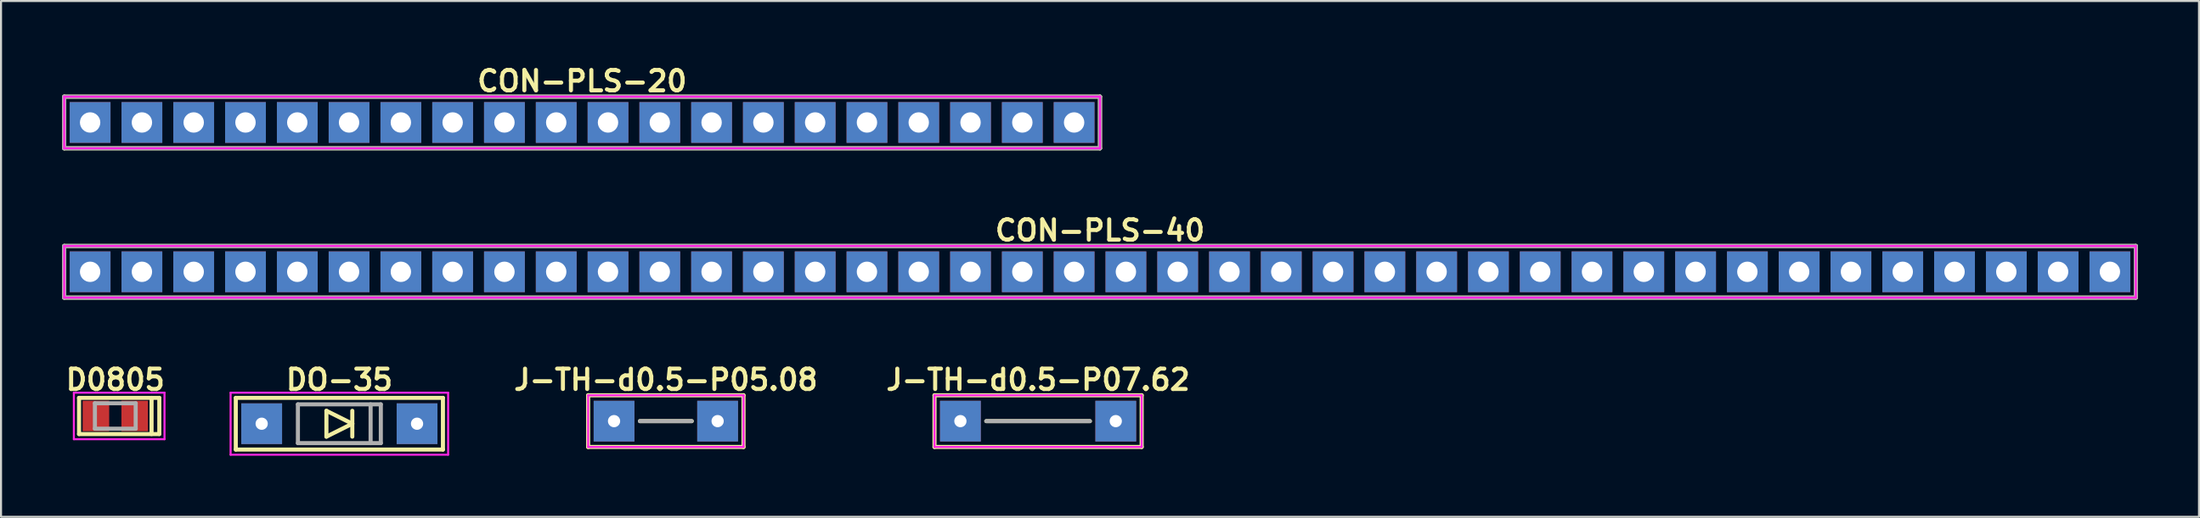
<source format=kicad_pcb>
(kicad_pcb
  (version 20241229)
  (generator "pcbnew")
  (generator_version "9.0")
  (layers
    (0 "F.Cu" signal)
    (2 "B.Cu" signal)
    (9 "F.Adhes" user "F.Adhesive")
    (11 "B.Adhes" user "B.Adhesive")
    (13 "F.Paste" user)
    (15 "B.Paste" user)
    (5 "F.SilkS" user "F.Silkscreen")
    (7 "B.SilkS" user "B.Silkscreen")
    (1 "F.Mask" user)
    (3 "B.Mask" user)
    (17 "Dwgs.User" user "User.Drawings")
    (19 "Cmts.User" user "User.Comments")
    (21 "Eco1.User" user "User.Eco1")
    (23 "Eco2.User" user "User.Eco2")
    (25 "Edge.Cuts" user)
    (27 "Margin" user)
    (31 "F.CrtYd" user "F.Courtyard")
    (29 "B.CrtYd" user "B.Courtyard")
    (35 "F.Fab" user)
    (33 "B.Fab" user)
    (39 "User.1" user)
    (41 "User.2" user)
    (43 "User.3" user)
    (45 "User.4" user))
  (footprint "CON-PLS-40"
    (layer "F.Cu")
    (at 50.9 10.306)
    (property "Reference" "CON-PLS-40" (at 0 -2.032 0) (layer "F.SilkS") (effects (font (size 1 1) (thickness 0.2))))
    (attr through_hole)
    (fp_line (start -50.8 -1.27) (end -50.8 1.27) (stroke (width 0.2) (type solid)) (layer "F.SilkS"))
    (fp_line (start -50.8 -1.27) (end 50.8 -1.27) (stroke (width 0.2) (type solid)) (layer "F.SilkS"))
    (fp_line (start -50.8 1.27) (end 50.8 1.27) (stroke (width 0.2) (type solid)) (layer "F.SilkS"))
    (fp_line (start 50.8 -1.27) (end 50.8 1.27) (stroke (width 0.2) (type solid)) (layer "F.SilkS"))
    (fp_line (start -50.8 -1.27) (end -50.8 1.27) (stroke (width 0.1) (type solid)) (layer "F.CrtYd"))
    (fp_line (start -50.8 -1.27) (end 50.8 -1.27) (stroke (width 0.1) (type solid)) (layer "F.CrtYd"))
    (fp_line (start -50.8 1.27) (end 50.8 1.27) (stroke (width 0.1) (type solid)) (layer "F.CrtYd"))
    (fp_line (start 50.8 -1.27) (end 50.8 1.27) (stroke (width 0.1) (type solid)) (layer "F.CrtYd"))
    (fp_line (start -50.8 -1.27) (end -50.8 1.27) (stroke (width 0.2) (type solid)) (layer "F.Fab"))
    (fp_line (start -50.8 -1.27) (end 50.8 -1.27) (stroke (width 0.2) (type solid)) (layer "F.Fab"))
    (fp_line (start -50.8 1.27) (end 50.8 1.27) (stroke (width 0.2) (type solid)) (layer "F.Fab"))
    (fp_line (start 50.8 -1.27) (end 50.8 1.27) (stroke (width 0.2) (type solid)) (layer "F.Fab"))
    (pad "1" thru_hole rect (at -49.53 0) (size 2 2) (drill 1) (layers "B.Cu" "B.Mask"))
    (pad "2" thru_hole rect (at -46.99 0) (size 2 2) (drill 1) (layers "B.Cu" "B.Mask"))
    (pad "3" thru_hole rect (at -44.45 0) (size 2 2) (drill 1) (layers "B.Cu" "B.Mask"))
    (pad "4" thru_hole rect (at -41.91 0) (size 2 2) (drill 1) (layers "B.Cu" "B.Mask"))
    (pad "5" thru_hole rect (at -39.37 0) (size 2 2) (drill 1) (layers "B.Cu" "B.Mask"))
    (pad "6" thru_hole rect (at -36.83 0) (size 2 2) (drill 1) (layers "B.Cu" "B.Mask"))
    (pad "7" thru_hole rect (at -34.29 0) (size 2 2) (drill 1) (layers "B.Cu" "B.Mask"))
    (pad "8" thru_hole rect (at -31.75 0) (size 2 2) (drill 1) (layers "B.Cu" "B.Mask"))
    (pad "9" thru_hole rect (at -29.21 0) (size 2 2) (drill 1) (layers "B.Cu" "B.Mask"))
    (pad "10" thru_hole rect (at -26.67 0) (size 2 2) (drill 1) (layers "B.Cu" "B.Mask"))
    (pad "11" thru_hole rect (at -24.13 0) (size 2 2) (drill 1) (layers "B.Cu" "B.Mask"))
    (pad "12" thru_hole rect (at -21.59 0) (size 2 2) (drill 1) (layers "B.Cu" "B.Mask"))
    (pad "13" thru_hole rect (at -19.05 0) (size 2 2) (drill 1) (layers "B.Cu" "B.Mask"))
    (pad "14" thru_hole rect (at -16.51 0) (size 2 2) (drill 1) (layers "B.Cu" "B.Mask"))
    (pad "15" thru_hole rect (at -13.97 0) (size 2 2) (drill 1) (layers "B.Cu" "B.Mask"))
    (pad "16" thru_hole rect (at -11.43 0) (size 2 2) (drill 1) (layers "B.Cu" "B.Mask"))
    (pad "17" thru_hole rect (at -8.89 0) (size 2 2) (drill 1) (layers "B.Cu" "B.Mask"))
    (pad "18" thru_hole rect (at -6.35 0) (size 2 2) (drill 1) (layers "B.Cu" "B.Mask"))
    (pad "19" thru_hole rect (at -3.81 0) (size 2 2) (drill 1) (layers "B.Cu" "B.Mask"))
    (pad "20" thru_hole rect (at -1.27 0) (size 2 2) (drill 1) (layers "B.Cu" "B.Mask"))
    (pad "21" thru_hole rect (at 1.27 0) (size 2 2) (drill 1) (layers "B.Cu" "B.Mask"))
    (pad "22" thru_hole rect (at 3.81 0) (size 2 2) (drill 1) (layers "B.Cu" "B.Mask"))
    (pad "23" thru_hole rect (at 6.35 0) (size 2 2) (drill 1) (layers "B.Cu" "B.Mask"))
    (pad "24" thru_hole rect (at 8.89 0) (size 2 2) (drill 1) (layers "B.Cu" "B.Mask"))
    (pad "25" thru_hole rect (at 11.43 0) (size 2 2) (drill 1) (layers "B.Cu" "B.Mask"))
    (pad "26" thru_hole rect (at 13.97 0) (size 2 2) (drill 1) (layers "B.Cu" "B.Mask"))
    (pad "27" thru_hole rect (at 16.51 0) (size 2 2) (drill 1) (layers "B.Cu" "B.Mask"))
    (pad "28" thru_hole rect (at 19.05 0) (size 2 2) (drill 1) (layers "B.Cu" "B.Mask"))
    (pad "29" thru_hole rect (at 21.59 0) (size 2 2) (drill 1) (layers "B.Cu" "B.Mask"))
    (pad "30" thru_hole rect (at 24.13 0) (size 2 2) (drill 1) (layers "B.Cu" "B.Mask"))
    (pad "31" thru_hole rect (at 26.67 0) (size 2 2) (drill 1) (layers "B.Cu" "B.Mask"))
    (pad "32" thru_hole rect (at 29.21 0) (size 2 2) (drill 1) (layers "B.Cu" "B.Mask"))
    (pad "33" thru_hole rect (at 31.75 0) (size 2 2) (drill 1) (layers "B.Cu" "B.Mask"))
    (pad "34" thru_hole rect (at 34.29 0) (size 2 2) (drill 1) (layers "B.Cu" "B.Mask"))
    (pad "35" thru_hole rect (at 36.83 0) (size 2 2) (drill 1) (layers "B.Cu" "B.Mask"))
    (pad "36" thru_hole rect (at 39.37 0) (size 2 2) (drill 1) (layers "B.Cu" "B.Mask"))
    (pad "37" thru_hole rect (at 41.91 0) (size 2 2) (drill 1) (layers "B.Cu" "B.Mask"))
    (pad "38" thru_hole rect (at 44.45 0) (size 2 2) (drill 1) (layers "B.Cu" "B.Mask"))
    (pad "39" thru_hole rect (at 46.99 0) (size 2 2) (drill 1) (layers "B.Cu" "B.Mask"))
    (pad "40" thru_hole rect (at 49.53 0) (size 2 2) (drill 1) (layers "B.Cu" "B.Mask")))
  (footprint "J-TH-d0.5-P07.62"
    (layer "F.Cu")
    (at 47.863 17.644)
    (property "Reference" "J-TH-d0.5-P07.62" (at 0 -2.032 0) (layer "F.SilkS") (effects (font (size 1 1) (thickness 0.2))))
    (attr through_hole)
    (fp_line (start -5.08 -1.27) (end -5.08 1.27) (stroke (width 0.2) (type solid)) (layer "F.SilkS"))
    (fp_line (start -5.08 -1.27) (end 5.08 -1.27) (stroke (width 0.2) (type solid)) (layer "F.SilkS"))
    (fp_line (start -5.08 1.27) (end 5.08 1.27) (stroke (width 0.2) (type solid)) (layer "F.SilkS"))
    (fp_line (start -2.54 0) (end 2.54 0) (stroke (width 0.2) (type solid)) (layer "F.SilkS"))
    (fp_line (start 5.08 -1.27) (end 5.08 1.27) (stroke (width 0.2) (type solid)) (layer "F.SilkS"))
    (fp_line (start -5.08 -1.27) (end 5.08 -1.27) (stroke (width 0.1) (type solid)) (layer "F.CrtYd"))
    (fp_line (start -5.08 1.27) (end -5.08 -1.27) (stroke (width 0.1) (type solid)) (layer "F.CrtYd"))
    (fp_line (start 5.08 -1.27) (end 5.08 1.27) (stroke (width 0.1) (type solid)) (layer "F.CrtYd"))
    (fp_line (start 5.08 1.27) (end -5.08 1.27) (stroke (width 0.1) (type solid)) (layer "F.CrtYd"))
    (fp_line (start -2.54 0) (end 2.54 0) (stroke (width 0.2) (type solid)) (layer "F.Fab"))
    (pad "J" thru_hole rect (at -3.81 0) (size 2 2) (drill 0.6) (layers "*.Cu" "*.Mask"))
    (pad "J" thru_hole rect (at 3.81 0) (size 2 2) (drill 0.6) (layers "*.Cu" "*.Mask")))
  (footprint "DO-35"
    (layer "F.Cu")
    (at 13.594 17.771)
    (property "Reference" "DO-35" (at 0 -2.159 0) (layer "F.SilkS") (effects (font (size 1 1) (thickness 0.2))))
    (attr through_hole)
    (fp_line (start -5.08 -1.27) (end -5.08 1.27) (stroke (width 0.2) (type solid)) (layer "F.SilkS"))
    (fp_line (start -5.08 -1.27) (end 5.08 -1.27) (stroke (width 0.2) (type solid)) (layer "F.SilkS"))
    (fp_line (start -5.08 1.27) (end 5.08 1.27) (stroke (width 0.2) (type solid)) (layer "F.SilkS"))
    (fp_line (start -0.635 -0.635) (end -0.635 0.635) (stroke (width 0.2) (type solid)) (layer "F.SilkS"))
    (fp_line (start -0.635 -0.635) (end 0.635 0) (stroke (width 0.2) (type solid)) (layer "F.SilkS"))
    (fp_line (start -0.635 0.635) (end 0.635 0) (stroke (width 0.2) (type solid)) (layer "F.SilkS"))
    (fp_line (start 0.635 -0.635) (end 0.635 0.635) (stroke (width 0.2) (type solid)) (layer "F.SilkS"))
    (fp_line (start 5.08 -1.27) (end 5.08 1.27) (stroke (width 0.2) (type solid)) (layer "F.SilkS"))
    (fp_line (start -5.334 -1.524) (end 5.334 -1.524) (stroke (width 0.1) (type solid)) (layer "F.CrtYd"))
    (fp_line (start -5.334 1.524) (end -5.334 -1.524) (stroke (width 0.1) (type solid)) (layer "F.CrtYd"))
    (fp_line (start 5.334 -1.524) (end 5.334 1.524) (stroke (width 0.1) (type solid)) (layer "F.CrtYd"))
    (fp_line (start 5.334 1.524) (end -5.334 1.524) (stroke (width 0.1) (type solid)) (layer "F.CrtYd"))
    (fp_line (start -2.033 -0.953) (end -2.033 0.953) (stroke (width 0.2) (type solid)) (layer "F.Fab"))
    (fp_line (start -2.033 -0.953) (end 2.033 -0.953) (stroke (width 0.2) (type solid)) (layer "F.Fab"))
    (fp_line (start -2.033 0.953) (end 2.033 0.953) (stroke (width 0.2) (type solid)) (layer "F.Fab"))
    (fp_line (start 1.532 -0.953) (end 1.532 0.953) (stroke (width 0.2) (type solid)) (layer "F.Fab"))
    (fp_line (start 2.033 -0.953) (end 2.033 0.953) (stroke (width 0.2) (type solid)) (layer "F.Fab"))
    (pad "A" thru_hole rect (at -3.81 0) (size 2 2) (drill 0.6) (layers "*.Cu" "*.Mask"))
    (pad "C" thru_hole rect (at 3.81 0) (size 2 2) (drill 0.6) (layers "*.Cu" "*.Mask")))
  (footprint "J-TH-d0.5-P05.08"
    (layer "F.Cu")
    (at 29.606 17.644)
    (property "Reference" "J-TH-d0.5-P05.08" (at 0 -2.032 0) (layer "F.SilkS") (effects (font (size 1 1) (thickness 0.2))))
    (attr through_hole)
    (fp_line (start -3.81 -1.27) (end -3.81 1.27) (stroke (width 0.2) (type solid)) (layer "F.SilkS"))
    (fp_line (start -3.81 -1.27) (end 3.81 -1.27) (stroke (width 0.2) (type solid)) (layer "F.SilkS"))
    (fp_line (start -3.81 1.27) (end 3.81 1.27) (stroke (width 0.2) (type solid)) (layer "F.SilkS"))
    (fp_line (start -1.27 0) (end 1.27 0) (stroke (width 0.2) (type solid)) (layer "F.SilkS"))
    (fp_line (start 3.81 -1.27) (end 3.81 1.27) (stroke (width 0.2) (type solid)) (layer "F.SilkS"))
    (fp_line (start -3.81 -1.27) (end 3.81 -1.27) (stroke (width 0.1) (type solid)) (layer "F.CrtYd"))
    (fp_line (start -3.81 1.27) (end -3.81 -1.27) (stroke (width 0.1) (type solid)) (layer "F.CrtYd"))
    (fp_line (start 3.81 -1.27) (end 3.81 1.27) (stroke (width 0.1) (type solid)) (layer "F.CrtYd"))
    (fp_line (start 3.81 1.27) (end -3.81 1.27) (stroke (width 0.1) (type solid)) (layer "F.CrtYd"))
    (fp_line (start -1.27 0) (end 1.27 0) (stroke (width 0.2) (type solid)) (layer "F.Fab"))
    (pad "J" thru_hole rect (at -2.54 0) (size 2 2) (drill 0.6) (layers "*.Cu" "*.Mask"))
    (pad "J" thru_hole rect (at 2.54 0) (size 2 2) (drill 0.6) (layers "*.Cu" "*.Mask")))
  (footprint "CON-PLS-20"
    (layer "F.Cu")
    (at 25.5 2.968)
    (property "Reference" "CON-PLS-20" (at 0 -2.032 0) (layer "F.SilkS") (effects (font (size 1 1) (thickness 0.2))))
    (attr through_hole)
    (fp_line (start -25.4 -1.27) (end -25.4 1.27) (stroke (width 0.2) (type solid)) (layer "F.SilkS"))
    (fp_line (start -25.4 -1.27) (end 25.4 -1.27) (stroke (width 0.2) (type solid)) (layer "F.SilkS"))
    (fp_line (start -25.4 1.27) (end 25.4 1.27) (stroke (width 0.2) (type solid)) (layer "F.SilkS"))
    (fp_line (start 25.4 -1.27) (end 25.4 1.27) (stroke (width 0.2) (type solid)) (layer "F.SilkS"))
    (fp_line (start -25.4 -1.27) (end -25.4 1.27) (stroke (width 0.1) (type solid)) (layer "F.CrtYd"))
    (fp_line (start -25.4 -1.27) (end 25.4 -1.27) (stroke (width 0.1) (type solid)) (layer "F.CrtYd"))
    (fp_line (start -25.4 1.27) (end 25.4 1.27) (stroke (width 0.1) (type solid)) (layer "F.CrtYd"))
    (fp_line (start 25.4 -1.27) (end 25.4 1.27) (stroke (width 0.1) (type solid)) (layer "F.CrtYd"))
    (fp_line (start -25.4 -1.27) (end -25.4 1.27) (stroke (width 0.2) (type solid)) (layer "F.Fab"))
    (fp_line (start -25.4 -1.27) (end 25.4 -1.27) (stroke (width 0.2) (type solid)) (layer "F.Fab"))
    (fp_line (start -25.4 1.27) (end 25.4 1.27) (stroke (width 0.2) (type solid)) (layer "F.Fab"))
    (fp_line (start 25.4 -1.27) (end 25.4 1.27) (stroke (width 0.2) (type solid)) (layer "F.Fab"))
    (pad "1" thru_hole rect (at -24.13 0) (size 2 2) (drill 1) (layers "B.Cu" "B.Mask"))
    (pad "2" thru_hole rect (at -21.59 0) (size 2 2) (drill 1) (layers "B.Cu" "B.Mask"))
    (pad "3" thru_hole rect (at -19.05 0) (size 2 2) (drill 1) (layers "B.Cu" "B.Mask"))
    (pad "4" thru_hole rect (at -16.51 0) (size 2 2) (drill 1) (layers "B.Cu" "B.Mask"))
    (pad "5" thru_hole rect (at -13.97 0) (size 2 2) (drill 1) (layers "B.Cu" "B.Mask"))
    (pad "6" thru_hole rect (at -11.43 0) (size 2 2) (drill 1) (layers "B.Cu" "B.Mask"))
    (pad "7" thru_hole rect (at -8.89 0) (size 2 2) (drill 1) (layers "B.Cu" "B.Mask"))
    (pad "8" thru_hole rect (at -6.35 0) (size 2 2) (drill 1) (layers "B.Cu" "B.Mask"))
    (pad "9" thru_hole rect (at -3.81 0) (size 2 2) (drill 1) (layers "B.Cu" "B.Mask"))
    (pad "10" thru_hole rect (at -1.27 0) (size 2 2) (drill 1) (layers "B.Cu" "B.Mask"))
    (pad "11" thru_hole rect (at 1.27 0) (size 2 2) (drill 1) (layers "B.Cu" "B.Mask"))
    (pad "12" thru_hole rect (at 3.81 0) (size 2 2) (drill 1) (layers "B.Cu" "B.Mask"))
    (pad "13" thru_hole rect (at 6.35 0) (size 2 2) (drill 1) (layers "B.Cu" "B.Mask"))
    (pad "14" thru_hole rect (at 8.89 0) (size 2 2) (drill 1) (layers "B.Cu" "B.Mask"))
    (pad "15" thru_hole rect (at 11.43 0) (size 2 2) (drill 1) (layers "B.Cu" "B.Mask"))
    (pad "16" thru_hole rect (at 13.97 0) (size 2 2) (drill 1) (layers "B.Cu" "B.Mask"))
    (pad "17" thru_hole rect (at 16.51 0) (size 2 2) (drill 1) (layers "B.Cu" "B.Mask"))
    (pad "18" thru_hole rect (at 19.05 0) (size 2 2) (drill 1) (layers "B.Cu" "B.Mask"))
    (pad "19" thru_hole rect (at 21.59 0) (size 2 2) (drill 1) (layers "B.Cu" "B.Mask"))
    (pad "20" thru_hole rect (at 24.13 0) (size 2 2) (drill 1) (layers "B.Cu" "B.Mask")))
  (footprint "D0805"
    (layer "F.Cu")
    (at 2.605 17.39)
    (property "Reference" "D0805" (at 0 -1.778 0) (layer "F.SilkS") (effects (font (size 1 1) (thickness 0.2))))
    (attr through_hole)
    (fp_line (start -1.778 -0.889) (end 2.159 -0.889) (stroke (width 0.2) (type solid)) (layer "F.SilkS"))
    (fp_line (start -1.778 0.889) (end -1.778 -0.889) (stroke (width 0.2) (type solid)) (layer "F.SilkS"))
    (fp_line (start -1.778 0.889) (end 2.159 0.889) (stroke (width 0.2) (type solid)) (layer "F.SilkS"))
    (fp_line (start 1.778 -0.889) (end 1.778 0.889) (stroke (width 0.2) (type solid)) (layer "F.SilkS"))
    (fp_line (start 2.159 -0.889) (end 2.159 0.889) (stroke (width 0.2) (type solid)) (layer "F.SilkS"))
    (fp_line (start -2.032 -1.143) (end 2.413 -1.143) (stroke (width 0.1) (type solid)) (layer "F.CrtYd"))
    (fp_line (start -2.032 1.143) (end -2.032 -1.143) (stroke (width 0.1) (type solid)) (layer "F.CrtYd"))
    (fp_line (start 2.413 -1.143) (end 2.413 1.143) (stroke (width 0.1) (type solid)) (layer "F.CrtYd"))
    (fp_line (start 2.413 1.143) (end -2.032 1.143) (stroke (width 0.1) (type solid)) (layer "F.CrtYd"))
    (fp_line (start -1 -0.625) (end -1 0.625) (stroke (width 0.2) (type solid)) (layer "F.Fab"))
    (fp_line (start -1 -0.625) (end 1 -0.625) (stroke (width 0.2) (type solid)) (layer "F.Fab"))
    (fp_line (start -1 0.625) (end 1 0.625) (stroke (width 0.2) (type solid)) (layer "F.Fab"))
    (fp_line (start 1 -0.625) (end 1 0.625) (stroke (width 0.2) (type solid)) (layer "F.Fab"))
    (pad "A" smd rect (at -0.95 0) (size 1.3 1.5) (layers "F.Cu" "F.Mask" "F.Paste"))
    (pad "C" smd rect (at 0.95 0) (size 1.3 1.5) (layers "F.Cu" "F.Mask" "F.Paste")))
  (gr_rect
    (start -3 -3)
    (end 104.8 22.345)
    (stroke (width 0.1) (type default))
    (fill no)
    (layer "Edge.Cuts")))
</source>
